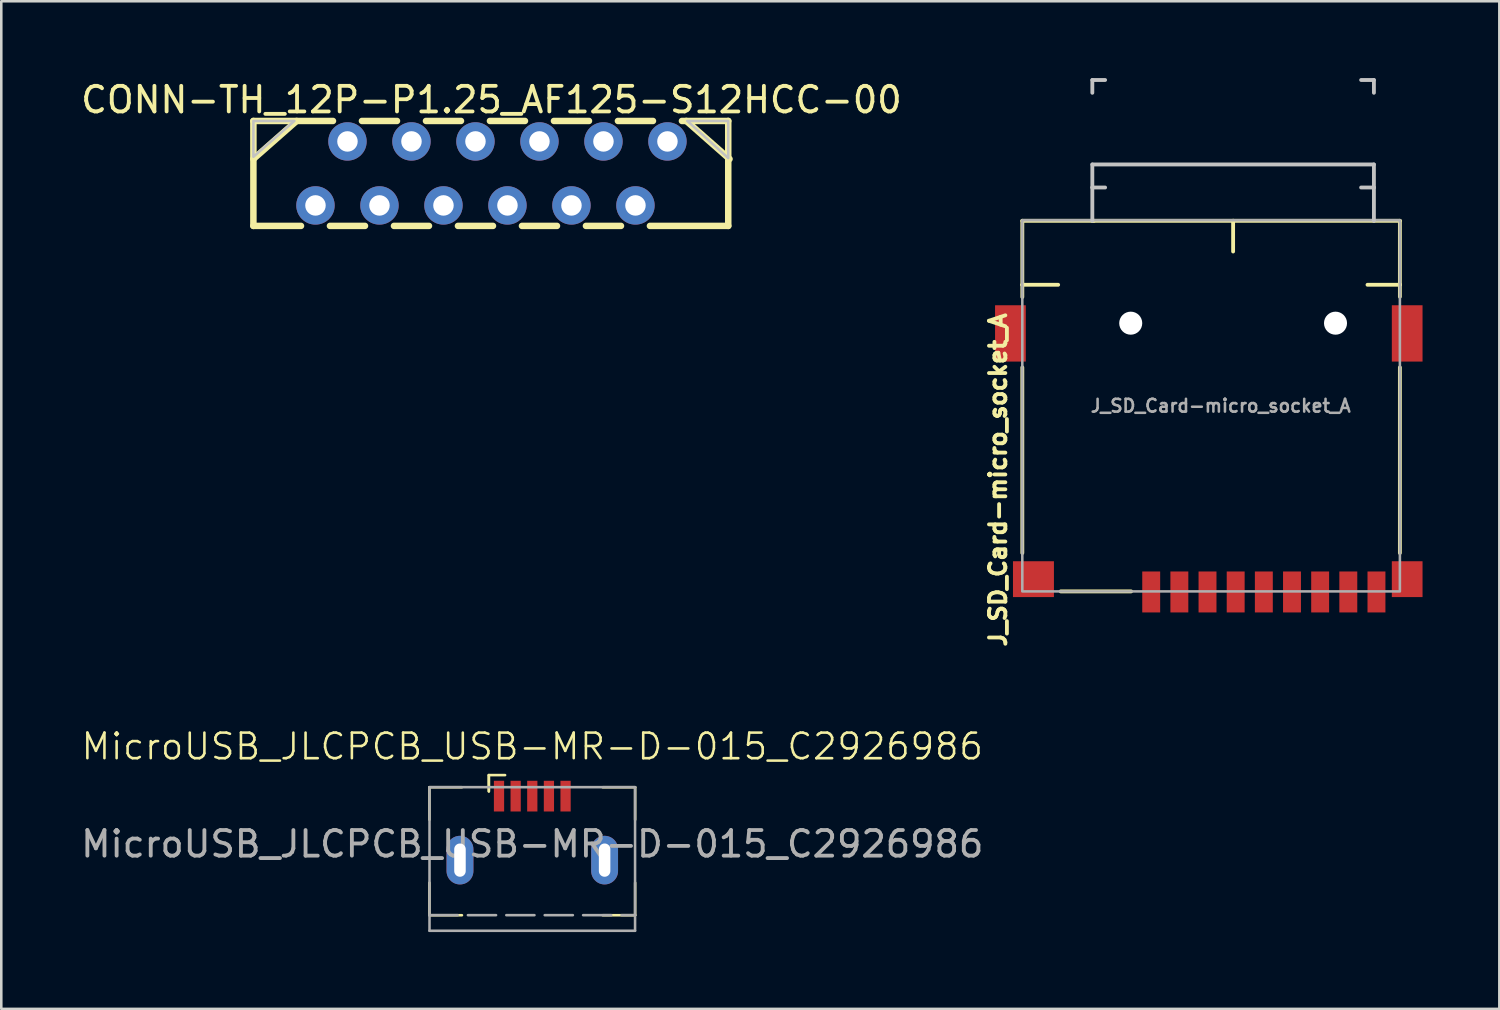
<source format=kicad_pcb>
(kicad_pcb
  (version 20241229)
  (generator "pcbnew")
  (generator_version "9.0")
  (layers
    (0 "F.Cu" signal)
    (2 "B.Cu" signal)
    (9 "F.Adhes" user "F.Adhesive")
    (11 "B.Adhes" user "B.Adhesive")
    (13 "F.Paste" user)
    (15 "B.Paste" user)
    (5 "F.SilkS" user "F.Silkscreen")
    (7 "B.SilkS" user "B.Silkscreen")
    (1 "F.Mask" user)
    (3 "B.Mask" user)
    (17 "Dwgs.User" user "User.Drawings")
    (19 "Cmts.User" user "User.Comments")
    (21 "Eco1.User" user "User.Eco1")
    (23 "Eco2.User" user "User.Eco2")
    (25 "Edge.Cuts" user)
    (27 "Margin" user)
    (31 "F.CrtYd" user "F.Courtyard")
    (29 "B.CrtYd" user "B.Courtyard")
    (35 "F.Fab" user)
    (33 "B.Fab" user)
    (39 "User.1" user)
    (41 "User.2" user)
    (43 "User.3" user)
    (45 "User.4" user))
  (footprint "MicroUSB_JLCPCB_USB-MR-D-015_C2926986"
    (layer "F.Cu")
    (at 17.744 28.651)
    (property "Reference" "MicroUSB_JLCPCB_USB-MR-D-015_C2926986" (at 0 -2.54 0) (unlocked yes) (layer "F.SilkS") (effects (font (size 1 1) (thickness 0.1))))
    (attr smd)
    (fp_line (start -4.018 2.783) (end -4.018 4.053) (stroke (width 0.1) (type default)) (layer "F.SilkS"))
    (fp_line (start -4.018 4.053) (end -2.748 4.053) (stroke (width 0.1) (type default)) (layer "F.SilkS"))
    (fp_line (start -4.018 -0.947) (end -2.748 -0.947) (stroke (width 0.1) (type default)) (layer "F.SilkS"))
    (fp_line (start -4.018 0.323) (end -4.018 -0.947) (stroke (width 0.1) (type default)) (layer "F.SilkS"))
    (fp_line (start -1.697 -1.421) (end -1.697 -0.786) (stroke (width 0.1) (type default)) (layer "F.SilkS"))
    (fp_line (start -1.697 -1.421) (end -1.062 -1.421) (stroke (width 0.1) (type default)) (layer "F.SilkS"))
    (fp_line (start -1.697 -0.786) (end -1.697 -1.421) (stroke (width 0.1) (type default)) (layer "F.SilkS"))
    (fp_line (start 2.748 -0.947) (end 4.018 -0.947) (stroke (width 0.1) (type default)) (layer "F.SilkS"))
    (fp_line (start 4.018 -0.947) (end 4.018 0.323) (stroke (width 0.1) (type default)) (layer "F.SilkS"))
    (fp_line (start 4.018 2.783) (end 4.018 4.053) (stroke (width 0.1) (type default)) (layer "F.SilkS"))
    (fp_line (start 4.018 4.053) (end 2.748 4.053) (stroke (width 0.1) (type default)) (layer "F.SilkS"))
    (fp_line (start -4.015 -0.95) (end 4.015 -0.95) (stroke (width 0.1) (type default)) (layer "F.Fab"))
    (fp_line (start -4.015 4.05) (end -4.015 -0.95) (stroke (width 0.1) (type default)) (layer "F.Fab"))
    (fp_line (start -4.015 4.05) (end 4.015 4.05) (stroke (width 0.1) (type dash)) (layer "F.Fab"))
    (fp_line (start -4.015 4.66) (end -4.015 4.05) (stroke (width 0.1) (type default)) (layer "F.Fab"))
    (fp_line (start 4.015 4.05) (end 4.015 -0.95) (stroke (width 0.1) (type default)) (layer "F.Fab"))
    (fp_line (start 4.015 4.66) (end -4.015 4.66) (stroke (width 0.1) (type default)) (layer "F.Fab"))
    (fp_line (start 4.015 4.66) (end 4.015 4.05) (stroke (width 0.1) (type default)) (layer "F.Fab"))
    (fp_text user "${REFERENCE}" (at 0 1.27 0) (unlocked yes) (layer "F.Fab") (effects (font (size 1 1) (thickness 0.15))))
    (pad "1" smd rect (at -1.3 -0.6) (size 0.4 1.2) (layers "F.Cu" "F.Mask" "F.Paste"))
    (pad "2" smd rect (at -0.65 -0.6) (size 0.4 1.2) (layers "F.Cu" "F.Mask" "F.Paste"))
    (pad "3" smd rect (at 0 -0.6) (size 0.4 1.2) (layers "F.Cu" "F.Mask" "F.Paste"))
    (pad "4" smd rect (at 0.65 -0.6) (size 0.4 1.2) (layers "F.Cu" "F.Mask" "F.Paste"))
    (pad "5" smd rect (at 1.3 -0.6) (size 0.4 1.2) (layers "F.Cu" "F.Mask" "F.Paste"))
    (pad "6" thru_hole oval (at -2.825 1.9 180) (size 1.05 1.9) (drill oval 0.45 1.3) (layers "*.Cu" "*.Mask"))
    (pad "6" thru_hole oval (at 2.825 1.9 180) (size 1.05 1.9) (drill oval 0.45 1.3) (layers "*.Cu" "*.Mask")))
  (footprint "J_SD_Card-micro_socket_A"
    (layer "F.Cu")
    (at 44.197 15.051)
    (property "Reference" "J_SD_Card-micro_socket_A" (at -8.261 0.647 270) (layer "F.SilkS") (effects (font (size 0.64 0.64) (thickness 0.15))))
    (attr smd)
    (fp_line (start -7.31 -9.476) (end -7.31 -6.976) (stroke (width 0.15) (type solid)) (layer "F.SilkS"))
    (fp_line (start -7.31 -6.976) (end -7.31 -6.498) (stroke (width 0.15) (type default)) (layer "F.SilkS"))
    (fp_line (start -7.31 -3.748) (end -7.31 3.502) (stroke (width 0.15) (type default)) (layer "F.SilkS"))
    (fp_line (start -5.91 -6.976) (end -7.31 -6.976) (stroke (width 0.15) (type solid)) (layer "F.SilkS"))
    (fp_line (start -5.81 5.002) (end -3.06 5.002) (stroke (width 0.15) (type default)) (layer "F.SilkS"))
    (fp_line (start -4.51 -9.476) (end -7.31 -9.476) (stroke (width 0.15) (type solid)) (layer "F.SilkS"))
    (fp_line (start 0.925 -9.476) (end -4.575 -9.476) (stroke (width 0.15) (type solid)) (layer "F.SilkS"))
    (fp_line (start 0.925 -8.276) (end 0.925 -9.476) (stroke (width 0.15) (type solid)) (layer "F.SilkS"))
    (fp_line (start 6.175 -6.976) (end 7.44 -6.976) (stroke (width 0.15) (type solid)) (layer "F.SilkS"))
    (fp_line (start 6.425 -9.476) (end 0.925 -9.476) (stroke (width 0.15) (type solid)) (layer "F.SilkS"))
    (fp_line (start 7.44 -9.476) (end 6.425 -9.476) (stroke (width 0.15) (type solid)) (layer "F.SilkS"))
    (fp_line (start 7.44 -9.476) (end 7.44 -6.976) (stroke (width 0.15) (type solid)) (layer "F.SilkS"))
    (fp_line (start 7.44 -6.987) (end 7.44 -6.509) (stroke (width 0.15) (type default)) (layer "F.SilkS"))
    (fp_line (start 7.44 -3.748) (end 7.44 3.502) (stroke (width 0.15) (type default)) (layer "F.SilkS"))
    (fp_line (start -4.575 -14.976) (end -4.575 -14.476) (stroke (width 0.15) (type solid)) (layer "Dwgs.User"))
    (fp_line (start -4.575 -11.676) (end -4.575 -10.776) (stroke (width 0.15) (type solid)) (layer "Dwgs.User"))
    (fp_line (start -4.575 -10.776) (end -4.575 -9.476) (stroke (width 0.15) (type solid)) (layer "Dwgs.User"))
    (fp_line (start -4.075 -14.976) (end -4.575 -14.976) (stroke (width 0.15) (type solid)) (layer "Dwgs.User"))
    (fp_line (start -4.075 -10.776) (end -4.575 -10.776) (stroke (width 0.15) (type solid)) (layer "Dwgs.User"))
    (fp_line (start 5.925 -14.976) (end 6.425 -14.976) (stroke (width 0.15) (type solid)) (layer "Dwgs.User"))
    (fp_line (start 5.925 -10.776) (end 6.425 -10.776) (stroke (width 0.15) (type solid)) (layer "Dwgs.User"))
    (fp_line (start 6.425 -14.976) (end 6.425 -14.476) (stroke (width 0.15) (type solid)) (layer "Dwgs.User"))
    (fp_line (start 6.425 -11.676) (end -4.575 -11.676) (stroke (width 0.15) (type solid)) (layer "Dwgs.User"))
    (fp_line (start 6.425 -11.676) (end 6.425 -10.776) (stroke (width 0.15) (type solid)) (layer "Dwgs.User"))
    (fp_line (start 6.425 -10.776) (end 6.425 -9.476) (stroke (width 0.15) (type solid)) (layer "Dwgs.User"))
    (fp_rect (start -7.31 -9.498) (end 7.44 5.002) (stroke (width 0.1) (type solid)) (fill no) (layer "F.Fab"))
    (fp_text user "${REFERENCE}" (at 0.44 -2.248 0) (layer "F.Fab") (effects (font (size 0.5 0.5) (thickness 0.1))))
    (pad "" np_thru_hole circle (at -3.075 -5.476) (size 0.9 0.9) (drill 0.9) (layers "*.Cu" "*.Mask"))
    (pad "" np_thru_hole circle (at 4.925 -5.476) (size 0.9 0.9) (drill 0.9) (layers "*.Cu" "*.Mask"))
    (pad "1" smd rect (at -2.275 5.024) (size 0.7 1.6) (layers "F.Cu" "F.Mask" "F.Paste"))
    (pad "2" smd rect (at -1.175 5.024) (size 0.7 1.6) (layers "F.Cu" "F.Mask" "F.Paste"))
    (pad "3" smd rect (at -0.075 5.024) (size 0.7 1.6) (layers "F.Cu" "F.Mask" "F.Paste"))
    (pad "4" smd rect (at 1.025 5.024) (size 0.7 1.6) (layers "F.Cu" "F.Mask" "F.Paste"))
    (pad "5" smd rect (at 2.125 5.024) (size 0.7 1.6) (layers "F.Cu" "F.Mask" "F.Paste"))
    (pad "6" smd rect (at 3.225 5.024) (size 0.7 1.6) (layers "F.Cu" "F.Mask" "F.Paste"))
    (pad "7" smd rect (at 4.325 5.024) (size 0.7 1.6) (layers "F.Cu" "F.Mask" "F.Paste"))
    (pad "8" smd rect (at 5.425 5.024) (size 0.7 1.6) (layers "F.Cu" "F.Mask" "F.Paste"))
    (pad "9" smd rect (at 6.525 5.024) (size 0.7 1.6) (layers "F.Cu" "F.Mask" "F.Paste"))
    (pad "11" smd rect (at -7.775 -5.076) (size 1.2 2.2) (layers "F.Cu" "F.Mask" "F.Paste"))
    (pad "11" smd rect (at -6.875 4.524) (size 1.6 1.4) (layers "F.Cu" "F.Mask" "F.Paste"))
    (pad "11" smd rect (at 7.725 -5.076) (size 1.2 2.2) (layers "F.Cu" "F.Mask" "F.Paste"))
    (pad "11" smd rect (at 7.725 4.524) (size 1.2 1.4) (layers "F.Cu" "F.Mask" "F.Paste")))
  (footprint "CONN-TH_12P-P1.25_AF125-S12HCC-00"
    (layer "F.Cu")
    (at 16.149 3.725)
    (property "Reference" "CONN-TH_12P-P1.25_AF125-S12HCC-00" (at 0 -2.877 0) (layer "F.SilkS") (effects (font (size 1 1) (thickness 0.15))))
    (fp_line (start -9.3 -2.05) (end -9.3 2.05) (stroke (width 0.254) (type default)) (layer "F.SilkS"))
    (fp_line (start -9.3 2.05) (end -7.441 2.05) (stroke (width 0.254) (type default)) (layer "F.SilkS"))
    (fp_line (start -7.612 -2.05) (end -9.3 -0.564) (stroke (width 0.254) (type default)) (layer "F.SilkS"))
    (fp_line (start -6.309 2.05) (end -4.941 2.05) (stroke (width 0.254) (type default)) (layer "F.SilkS"))
    (fp_line (start -6.191 -2.05) (end -9.3 -2.05) (stroke (width 0.254) (type default)) (layer "F.SilkS"))
    (fp_line (start -3.808 2.05) (end -2.441 2.05) (stroke (width 0.254) (type default)) (layer "F.SilkS"))
    (fp_line (start -3.691 -2.05) (end -5.059 -2.05) (stroke (width 0.254) (type default)) (layer "F.SilkS"))
    (fp_line (start -1.309 2.05) (end 0.059 2.05) (stroke (width 0.254) (type default)) (layer "F.SilkS"))
    (fp_line (start -1.191 -2.05) (end -2.558 -2.05) (stroke (width 0.254) (type default)) (layer "F.SilkS"))
    (fp_line (start 1.192 2.05) (end 2.559 2.05) (stroke (width 0.254) (type default)) (layer "F.SilkS"))
    (fp_line (start 1.309 -2.05) (end -0.059 -2.05) (stroke (width 0.254) (type default)) (layer "F.SilkS"))
    (fp_line (start 3.691 2.05) (end 5.059 2.05) (stroke (width 0.254) (type default)) (layer "F.SilkS"))
    (fp_line (start 3.809 -2.05) (end 2.441 -2.05) (stroke (width 0.254) (type default)) (layer "F.SilkS"))
    (fp_line (start 6.191 2.05) (end 9.25 2.05) (stroke (width 0.254) (type default)) (layer "F.SilkS"))
    (fp_line (start 6.309 -2.05) (end 4.941 -2.05) (stroke (width 0.254) (type default)) (layer "F.SilkS"))
    (fp_line (start 7.612 -2.05) (end 9.3 -0.564) (stroke (width 0.254) (type default)) (layer "F.SilkS"))
    (fp_line (start 9.25 -2.05) (end 7.441 -2.05) (stroke (width 0.254) (type default)) (layer "F.SilkS"))
    (fp_line (start 9.25 2.05) (end 9.25 -2.05) (stroke (width 0.254) (type default)) (layer "F.SilkS"))
    (fp_poly (pts (xy -9.3 -0.65) (xy -7.7 -2.05) (xy -9.3 -2.05)) (stroke (width 0.1) (type default)) (fill no) (layer "Dwgs.User"))
    (fp_poly (pts (xy 9.25 -0.6) (xy 9.25 -2.05) (xy 7.65 -2.05)) (stroke (width 0.1) (type default)) (fill no) (layer "Dwgs.User"))
    (fp_poly (pts (xy -7.175 1.1) (xy -6.575 1.1) (xy -6.575 1.4) (xy -7.175 1.4)) (stroke (width 0.1) (type default)) (fill no) (layer "User.1"))
    (fp_poly (pts (xy -5.925 -1.4) (xy -5.325 -1.4) (xy -5.325 -1.1) (xy -5.925 -1.1)) (stroke (width 0.1) (type default)) (fill no) (layer "User.1"))
    (fp_poly (pts (xy -4.675 1.1) (xy -4.075 1.1) (xy -4.075 1.4) (xy -4.675 1.4)) (stroke (width 0.1) (type default)) (fill no) (layer "User.1"))
    (fp_poly (pts (xy -3.425 -1.4) (xy -2.825 -1.4) (xy -2.825 -1.1) (xy -3.425 -1.1)) (stroke (width 0.1) (type default)) (fill no) (layer "User.1"))
    (fp_poly (pts (xy -2.175 1.1) (xy -1.575 1.1) (xy -1.575 1.4) (xy -2.175 1.4)) (stroke (width 0.1) (type default)) (fill no) (layer "User.1"))
    (fp_poly (pts (xy -0.925 -1.4) (xy -0.325 -1.4) (xy -0.325 -1.1) (xy -0.925 -1.1)) (stroke (width 0.1) (type default)) (fill no) (layer "User.1"))
    (fp_poly (pts (xy 0.325 1.1) (xy 0.925 1.1) (xy 0.925 1.4) (xy 0.325 1.4)) (stroke (width 0.1) (type default)) (fill no) (layer "User.1"))
    (fp_poly (pts (xy 1.575 -1.4) (xy 2.175 -1.4) (xy 2.175 -1.1) (xy 1.575 -1.1)) (stroke (width 0.1) (type default)) (fill no) (layer "User.1"))
    (fp_poly (pts (xy 2.825 1.1) (xy 3.425 1.1) (xy 3.425 1.4) (xy 2.825 1.4)) (stroke (width 0.1) (type default)) (fill no) (layer "User.1"))
    (fp_poly (pts (xy 4.075 -1.4) (xy 4.675 -1.4) (xy 4.675 -1.1) (xy 4.075 -1.1)) (stroke (width 0.1) (type default)) (fill no) (layer "User.1"))
    (fp_poly (pts (xy 5.325 1.1) (xy 5.925 1.1) (xy 5.925 1.4) (xy 5.325 1.4)) (stroke (width 0.1) (type default)) (fill no) (layer "User.1"))
    (fp_poly (pts (xy 6.575 -1.4) (xy 7.175 -1.4) (xy 7.175 -1.1) (xy 6.575 -1.1)) (stroke (width 0.1) (type default)) (fill no) (layer "User.1"))
    (fp_line (start -9.275 -2.05) (end 9.275 -2.05) (stroke (width 0.051) (type default)) (layer "User.2"))
    (fp_line (start -9.275 2.05) (end -9.275 -2.05) (stroke (width 0.051) (type default)) (layer "User.2"))
    (fp_line (start 9.275 -2.05) (end 9.275 2.05) (stroke (width 0.051) (type default)) (layer "User.2"))
    (fp_line (start 9.275 2.05) (end -9.275 2.05) (stroke (width 0.051) (type default)) (layer "User.2"))
    (fp_poly (pts (xy -9.215 2.05) (xy -9.233 2.008) (xy -9.275 1.99) (xy -9.317 2.008) (xy -9.335 2.05) (xy -9.317 2.092) (xy -9.275 2.11) (xy -9.233 2.092)) (stroke (width 0.1) (type default)) (fill no) (layer "User.3"))
    (pad "1" thru_hole circle (at -6.875 1.25) (size 1.5 1.5) (drill 0.8) (layers "*.Cu" "*.Mask"))
    (pad "2" thru_hole circle (at -5.625 -1.25) (size 1.5 1.5) (drill 0.8) (layers "*.Cu" "*.Mask"))
    (pad "3" thru_hole circle (at -4.375 1.25) (size 1.5 1.5) (drill 0.8) (layers "*.Cu" "*.Mask"))
    (pad "4" thru_hole circle (at -3.125 -1.25) (size 1.5 1.5) (drill 0.8) (layers "*.Cu" "*.Mask"))
    (pad "5" thru_hole circle (at -1.875 1.25) (size 1.5 1.5) (drill 0.8) (layers "*.Cu" "*.Mask"))
    (pad "6" thru_hole circle (at -0.625 -1.25) (size 1.5 1.5) (drill 0.8) (layers "*.Cu" "*.Mask"))
    (pad "7" thru_hole circle (at 0.625 1.25) (size 1.5 1.5) (drill 0.8) (layers "*.Cu" "*.Mask"))
    (pad "8" thru_hole circle (at 1.875 -1.25) (size 1.5 1.5) (drill 0.8) (layers "*.Cu" "*.Mask"))
    (pad "9" thru_hole circle (at 3.125 1.25) (size 1.5 1.5) (drill 0.8) (layers "*.Cu" "*.Mask"))
    (pad "10" thru_hole circle (at 4.375 -1.25) (size 1.5 1.5) (drill 0.8) (layers "*.Cu" "*.Mask"))
    (pad "11" thru_hole circle (at 5.625 1.25) (size 1.5 1.5) (drill 0.8) (layers "*.Cu" "*.Mask"))
    (pad "12" thru_hole circle (at 6.875 -1.25) (size 1.5 1.5) (drill 0.8) (layers "*.Cu" "*.Mask")))
  (gr_rect
    (start -3 -3)
    (end 55.522 36.361)
    (stroke (width 0.1) (type default))
    (fill no)
    (layer "Edge.Cuts")))
</source>
